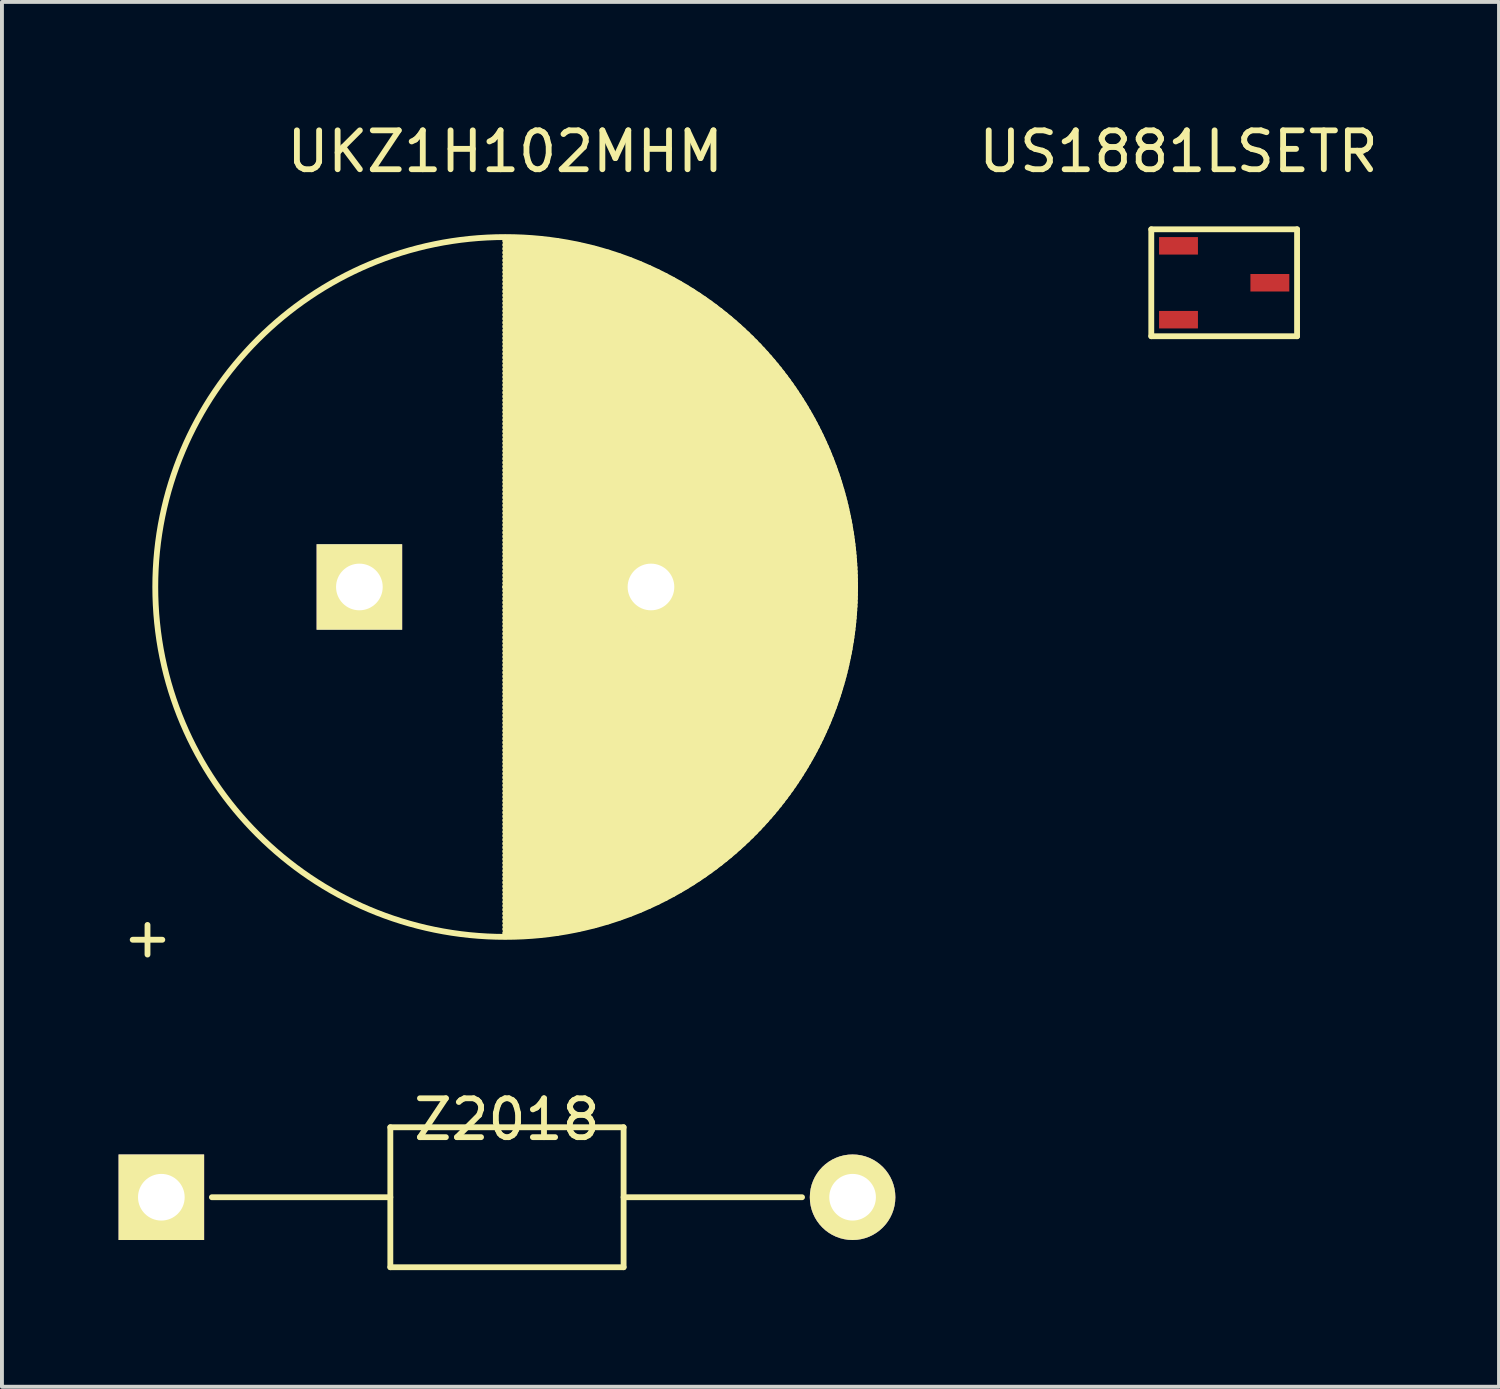
<source format=kicad_pcb>
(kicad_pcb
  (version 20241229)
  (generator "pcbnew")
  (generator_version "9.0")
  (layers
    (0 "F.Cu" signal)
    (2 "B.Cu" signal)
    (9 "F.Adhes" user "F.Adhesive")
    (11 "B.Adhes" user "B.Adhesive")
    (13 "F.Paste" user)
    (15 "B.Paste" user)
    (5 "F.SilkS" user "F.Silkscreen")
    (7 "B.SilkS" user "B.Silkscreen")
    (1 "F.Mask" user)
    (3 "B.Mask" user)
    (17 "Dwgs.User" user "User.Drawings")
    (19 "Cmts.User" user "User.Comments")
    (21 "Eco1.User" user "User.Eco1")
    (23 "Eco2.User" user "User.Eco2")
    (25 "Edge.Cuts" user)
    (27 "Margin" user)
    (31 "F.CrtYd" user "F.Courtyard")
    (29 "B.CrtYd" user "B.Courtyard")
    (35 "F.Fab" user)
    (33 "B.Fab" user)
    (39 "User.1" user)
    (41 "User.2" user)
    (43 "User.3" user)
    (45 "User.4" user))
  (footprint "Z2018"
    (layer "F.Cu")
    (at 1.1 27.745)
    (property "Reference" "Z2018" (at 8.89 -2 0) (layer "F.SilkS") (effects (font (size 1 1) (thickness 0.15))))
    (attr through_hole)
    (fp_line (start 1.3 0) (end 5.89 0) (stroke (width 0.15) (type solid)) (layer "F.SilkS"))
    (fp_line (start 5.89 -1.8) (end 5.89 1.8) (stroke (width 0.15) (type solid)) (layer "F.SilkS"))
    (fp_line (start 5.89 -1.8) (end 11.89 -1.8) (stroke (width 0.15) (type solid)) (layer "F.SilkS"))
    (fp_line (start 5.89 1.8) (end 11.89 1.8) (stroke (width 0.15) (type solid)) (layer "F.SilkS"))
    (fp_line (start 11.89 0) (end 16.48 0) (stroke (width 0.15) (type solid)) (layer "F.SilkS"))
    (fp_line (start 11.89 1.8) (end 11.89 -1.8) (stroke (width 0.15) (type solid)) (layer "F.SilkS"))
    (pad "1" thru_hole rect (at 0 0) (size 2.2 2.2) (drill 1.2) (layers "*.Cu" "*.Mask" "F.SilkS"))
    (pad "2" thru_hole circle (at 17.78 0) (size 2.2 2.2) (drill 1.2) (layers "*.Cu" "*.Mask" "F.SilkS")))
  (footprint "UKZ1H102MHM"
    (layer "F.Cu")
    (at 6.194 12.048)
    (property "Reference" "UKZ1H102MHM" (at 3.75 -11.2 0) (layer "F.SilkS") (effects (font (size 1 1) (thickness 0.15))))
    (attr through_hole)
    (fp_line (start 3.75 -8.9) (end 5.088 -8.9) (stroke (width 0.15) (type solid)) (layer "F.SilkS"))
    (fp_line (start 3.75 -8.8) (end 5.637 -8.8) (stroke (width 0.15) (type solid)) (layer "F.SilkS"))
    (fp_line (start 3.75 -8.7) (end 6.054 -8.7) (stroke (width 0.15) (type solid)) (layer "F.SilkS"))
    (fp_line (start 3.75 -8.6) (end 6.403 -8.6) (stroke (width 0.15) (type solid)) (layer "F.SilkS"))
    (fp_line (start 3.75 -8.5) (end 6.708 -8.5) (stroke (width 0.15) (type solid)) (layer "F.SilkS"))
    (fp_line (start 3.75 -8.4) (end 6.981 -8.4) (stroke (width 0.15) (type solid)) (layer "F.SilkS"))
    (fp_line (start 3.75 -8.3) (end 7.23 -8.3) (stroke (width 0.15) (type solid)) (layer "F.SilkS"))
    (fp_line (start 3.75 -8.2) (end 7.459 -8.2) (stroke (width 0.15) (type solid)) (layer "F.SilkS"))
    (fp_line (start 3.75 -8.1) (end 7.673 -8.1) (stroke (width 0.15) (type solid)) (layer "F.SilkS"))
    (fp_line (start 3.75 -8) (end 7.873 -8) (stroke (width 0.15) (type solid)) (layer "F.SilkS"))
    (fp_line (start 3.75 -7.9) (end 8.062 -7.9) (stroke (width 0.15) (type solid)) (layer "F.SilkS"))
    (fp_line (start 3.75 -7.8) (end 8.24 -7.8) (stroke (width 0.15) (type solid)) (layer "F.SilkS"))
    (fp_line (start 3.75 -7.7) (end 8.409 -7.7) (stroke (width 0.15) (type solid)) (layer "F.SilkS"))
    (fp_line (start 3.75 -7.6) (end 8.571 -7.6) (stroke (width 0.15) (type solid)) (layer "F.SilkS"))
    (fp_line (start 3.75 -7.5) (end 8.725 -7.5) (stroke (width 0.15) (type solid)) (layer "F.SilkS"))
    (fp_line (start 3.75 -7.4) (end 8.872 -7.4) (stroke (width 0.15) (type solid)) (layer "F.SilkS"))
    (fp_line (start 3.75 -7.3) (end 9.014 -7.3) (stroke (width 0.15) (type solid)) (layer "F.SilkS"))
    (fp_line (start 3.75 -7.2) (end 9.15 -7.2) (stroke (width 0.15) (type solid)) (layer "F.SilkS"))
    (fp_line (start 3.75 -7.1) (end 9.281 -7.1) (stroke (width 0.15) (type solid)) (layer "F.SilkS"))
    (fp_line (start 3.75 -7) (end 9.407 -7) (stroke (width 0.15) (type solid)) (layer "F.SilkS"))
    (fp_line (start 3.75 -6.9) (end 9.528 -6.9) (stroke (width 0.15) (type solid)) (layer "F.SilkS"))
    (fp_line (start 3.75 -6.8) (end 9.646 -6.8) (stroke (width 0.15) (type solid)) (layer "F.SilkS"))
    (fp_line (start 3.75 -6.7) (end 9.759 -6.7) (stroke (width 0.15) (type solid)) (layer "F.SilkS"))
    (fp_line (start 3.75 -6.6) (end 9.869 -6.6) (stroke (width 0.15) (type solid)) (layer "F.SilkS"))
    (fp_line (start 3.75 -6.5) (end 9.975 -6.5) (stroke (width 0.15) (type solid)) (layer "F.SilkS"))
    (fp_line (start 3.75 -6.4) (end 10.078 -6.4) (stroke (width 0.15) (type solid)) (layer "F.SilkS"))
    (fp_line (start 3.75 -6.3) (end 10.177 -6.3) (stroke (width 0.15) (type solid)) (layer "F.SilkS"))
    (fp_line (start 3.75 -6.2) (end 10.274 -6.2) (stroke (width 0.15) (type solid)) (layer "F.SilkS"))
    (fp_line (start 3.75 -6.1) (end 10.367 -6.1) (stroke (width 0.15) (type solid)) (layer "F.SilkS"))
    (fp_line (start 3.75 -6) (end 10.458 -6) (stroke (width 0.15) (type solid)) (layer "F.SilkS"))
    (fp_line (start 3.75 -5.9) (end 10.546 -5.9) (stroke (width 0.15) (type solid)) (layer "F.SilkS"))
    (fp_line (start 3.75 -5.8) (end 10.632 -5.8) (stroke (width 0.15) (type solid)) (layer "F.SilkS"))
    (fp_line (start 3.75 -5.7) (end 10.715 -5.7) (stroke (width 0.15) (type solid)) (layer "F.SilkS"))
    (fp_line (start 3.75 -5.6) (end 10.796 -5.6) (stroke (width 0.15) (type solid)) (layer "F.SilkS"))
    (fp_line (start 3.75 -5.5) (end 10.874 -5.5) (stroke (width 0.15) (type solid)) (layer "F.SilkS"))
    (fp_line (start 3.75 -5.4) (end 10.95 -5.4) (stroke (width 0.15) (type solid)) (layer "F.SilkS"))
    (fp_line (start 3.75 -5.3) (end 11.024 -5.3) (stroke (width 0.15) (type solid)) (layer "F.SilkS"))
    (fp_line (start 3.75 -5.2) (end 11.096 -5.2) (stroke (width 0.15) (type solid)) (layer "F.SilkS"))
    (fp_line (start 3.75 -5.1) (end 11.166 -5.1) (stroke (width 0.15) (type solid)) (layer "F.SilkS"))
    (fp_line (start 3.75 -5) (end 11.233 -5) (stroke (width 0.15) (type solid)) (layer "F.SilkS"))
    (fp_line (start 3.75 -4.9) (end 11.299 -4.9) (stroke (width 0.15) (type solid)) (layer "F.SilkS"))
    (fp_line (start 3.75 -4.8) (end 11.363 -4.8) (stroke (width 0.15) (type solid)) (layer "F.SilkS"))
    (fp_line (start 3.75 -4.7) (end 11.425 -4.7) (stroke (width 0.15) (type solid)) (layer "F.SilkS"))
    (fp_line (start 3.75 -4.6) (end 11.486 -4.6) (stroke (width 0.15) (type solid)) (layer "F.SilkS"))
    (fp_line (start 3.75 -4.5) (end 11.544 -4.5) (stroke (width 0.15) (type solid)) (layer "F.SilkS"))
    (fp_line (start 3.75 -4.4) (end 11.601 -4.4) (stroke (width 0.15) (type solid)) (layer "F.SilkS"))
    (fp_line (start 3.75 -4.3) (end 11.656 -4.3) (stroke (width 0.15) (type solid)) (layer "F.SilkS"))
    (fp_line (start 3.75 -4.2) (end 11.71 -4.2) (stroke (width 0.15) (type solid)) (layer "F.SilkS"))
    (fp_line (start 3.75 -4.1) (end 11.762 -4.1) (stroke (width 0.15) (type solid)) (layer "F.SilkS"))
    (fp_line (start 3.75 -4) (end 11.812 -4) (stroke (width 0.15) (type solid)) (layer "F.SilkS"))
    (fp_line (start 3.75 -3.9) (end 11.861 -3.9) (stroke (width 0.15) (type solid)) (layer "F.SilkS"))
    (fp_line (start 3.75 -3.8) (end 11.908 -3.8) (stroke (width 0.15) (type solid)) (layer "F.SilkS"))
    (fp_line (start 3.75 -3.7) (end 11.954 -3.7) (stroke (width 0.15) (type solid)) (layer "F.SilkS"))
    (fp_line (start 3.75 -3.6) (end 11.999 -3.6) (stroke (width 0.15) (type solid)) (layer "F.SilkS"))
    (fp_line (start 3.75 -3.5) (end 12.042 -3.5) (stroke (width 0.15) (type solid)) (layer "F.SilkS"))
    (fp_line (start 3.75 -3.4) (end 12.083 -3.4) (stroke (width 0.15) (type solid)) (layer "F.SilkS"))
    (fp_line (start 3.75 -3.3) (end 12.123 -3.3) (stroke (width 0.15) (type solid)) (layer "F.SilkS"))
    (fp_line (start 3.75 -3.2) (end 12.162 -3.2) (stroke (width 0.15) (type solid)) (layer "F.SilkS"))
    (fp_line (start 3.75 -3.1) (end 12.199 -3.1) (stroke (width 0.15) (type solid)) (layer "F.SilkS"))
    (fp_line (start 3.75 -3) (end 12.235 -3) (stroke (width 0.15) (type solid)) (layer "F.SilkS"))
    (fp_line (start 3.75 -2.9) (end 12.27 -2.9) (stroke (width 0.15) (type solid)) (layer "F.SilkS"))
    (fp_line (start 3.75 -2.8) (end 12.303 -2.8) (stroke (width 0.15) (type solid)) (layer "F.SilkS"))
    (fp_line (start 3.75 -2.7) (end 12.335 -2.7) (stroke (width 0.15) (type solid)) (layer "F.SilkS"))
    (fp_line (start 3.75 -2.6) (end 12.366 -2.6) (stroke (width 0.15) (type solid)) (layer "F.SilkS"))
    (fp_line (start 3.75 -2.5) (end 12.396 -2.5) (stroke (width 0.15) (type solid)) (layer "F.SilkS"))
    (fp_line (start 3.75 -2.4) (end 12.424 -2.4) (stroke (width 0.15) (type solid)) (layer "F.SilkS"))
    (fp_line (start 3.75 -2.3) (end 12.451 -2.3) (stroke (width 0.15) (type solid)) (layer "F.SilkS"))
    (fp_line (start 3.75 -2.2) (end 12.477 -2.2) (stroke (width 0.15) (type solid)) (layer "F.SilkS"))
    (fp_line (start 3.75 -2.1) (end 12.502 -2.1) (stroke (width 0.15) (type solid)) (layer "F.SilkS"))
    (fp_line (start 3.75 -2) (end 12.525 -2) (stroke (width 0.15) (type solid)) (layer "F.SilkS"))
    (fp_line (start 3.75 -1.9) (end 12.547 -1.9) (stroke (width 0.15) (type solid)) (layer "F.SilkS"))
    (fp_line (start 3.75 -1.8) (end 12.568 -1.8) (stroke (width 0.15) (type solid)) (layer "F.SilkS"))
    (fp_line (start 3.75 -1.7) (end 12.588 -1.7) (stroke (width 0.15) (type solid)) (layer "F.SilkS"))
    (fp_line (start 3.75 -1.6) (end 12.607 -1.6) (stroke (width 0.15) (type solid)) (layer "F.SilkS"))
    (fp_line (start 3.75 -1.5) (end 12.624 -1.5) (stroke (width 0.15) (type solid)) (layer "F.SilkS"))
    (fp_line (start 3.75 -1.4) (end 12.64 -1.4) (stroke (width 0.15) (type solid)) (layer "F.SilkS"))
    (fp_line (start 3.75 -1.3) (end 12.656 -1.3) (stroke (width 0.15) (type solid)) (layer "F.SilkS"))
    (fp_line (start 3.75 -1.2) (end 12.67 -1.2) (stroke (width 0.15) (type solid)) (layer "F.SilkS"))
    (fp_line (start 3.75 -1.1) (end 12.683 -1.1) (stroke (width 0.15) (type solid)) (layer "F.SilkS"))
    (fp_line (start 3.75 -1) (end 12.694 -1) (stroke (width 0.15) (type solid)) (layer "F.SilkS"))
    (fp_line (start 3.75 -0.9) (end 12.705 -0.9) (stroke (width 0.15) (type solid)) (layer "F.SilkS"))
    (fp_line (start 3.75 -0.8) (end 12.714 -0.8) (stroke (width 0.15) (type solid)) (layer "F.SilkS"))
    (fp_line (start 3.75 -0.7) (end 12.723 -0.7) (stroke (width 0.15) (type solid)) (layer "F.SilkS"))
    (fp_line (start 3.75 -0.6) (end 12.73 -0.6) (stroke (width 0.15) (type solid)) (layer "F.SilkS"))
    (fp_line (start 3.75 -0.5) (end 12.736 -0.5) (stroke (width 0.15) (type solid)) (layer "F.SilkS"))
    (fp_line (start 3.75 -0.4) (end 12.741 -0.4) (stroke (width 0.15) (type solid)) (layer "F.SilkS"))
    (fp_line (start 3.75 -0.3) (end 12.745 -0.3) (stroke (width 0.15) (type solid)) (layer "F.SilkS"))
    (fp_line (start 3.75 -0.2) (end 12.748 -0.2) (stroke (width 0.15) (type solid)) (layer "F.SilkS"))
    (fp_line (start 3.75 -0.1) (end 12.749 -0.1) (stroke (width 0.15) (type solid)) (layer "F.SilkS"))
    (fp_line (start 3.75 0) (end 12.75 0) (stroke (width 0.15) (type solid)) (layer "F.SilkS"))
    (fp_line (start 3.75 0) (end 12.75 0) (stroke (width 0.15) (type solid)) (layer "F.SilkS"))
    (fp_line (start 3.75 0.1) (end 12.749 0.1) (stroke (width 0.15) (type solid)) (layer "F.SilkS"))
    (fp_line (start 3.75 0.2) (end 12.748 0.2) (stroke (width 0.15) (type solid)) (layer "F.SilkS"))
    (fp_line (start 3.75 0.3) (end 12.745 0.3) (stroke (width 0.15) (type solid)) (layer "F.SilkS"))
    (fp_line (start 3.75 0.4) (end 12.741 0.4) (stroke (width 0.15) (type solid)) (layer "F.SilkS"))
    (fp_line (start 3.75 0.5) (end 12.736 0.5) (stroke (width 0.15) (type solid)) (layer "F.SilkS"))
    (fp_line (start 3.75 0.6) (end 12.73 0.6) (stroke (width 0.15) (type solid)) (layer "F.SilkS"))
    (fp_line (start 3.75 0.7) (end 12.723 0.7) (stroke (width 0.15) (type solid)) (layer "F.SilkS"))
    (fp_line (start 3.75 0.8) (end 12.714 0.8) (stroke (width 0.15) (type solid)) (layer "F.SilkS"))
    (fp_line (start 3.75 0.9) (end 12.705 0.9) (stroke (width 0.15) (type solid)) (layer "F.SilkS"))
    (fp_line (start 3.75 1) (end 12.694 1) (stroke (width 0.15) (type solid)) (layer "F.SilkS"))
    (fp_line (start 3.75 1.1) (end 12.683 1.1) (stroke (width 0.15) (type solid)) (layer "F.SilkS"))
    (fp_line (start 3.75 1.2) (end 12.67 1.2) (stroke (width 0.15) (type solid)) (layer "F.SilkS"))
    (fp_line (start 3.75 1.3) (end 12.656 1.3) (stroke (width 0.15) (type solid)) (layer "F.SilkS"))
    (fp_line (start 3.75 1.4) (end 12.64 1.4) (stroke (width 0.15) (type solid)) (layer "F.SilkS"))
    (fp_line (start 3.75 1.5) (end 12.624 1.5) (stroke (width 0.15) (type solid)) (layer "F.SilkS"))
    (fp_line (start 3.75 1.6) (end 12.607 1.6) (stroke (width 0.15) (type solid)) (layer "F.SilkS"))
    (fp_line (start 3.75 1.7) (end 12.588 1.7) (stroke (width 0.15) (type solid)) (layer "F.SilkS"))
    (fp_line (start 3.75 1.8) (end 12.568 1.8) (stroke (width 0.15) (type solid)) (layer "F.SilkS"))
    (fp_line (start 3.75 1.9) (end 12.547 1.9) (stroke (width 0.15) (type solid)) (layer "F.SilkS"))
    (fp_line (start 3.75 2) (end 12.525 2) (stroke (width 0.15) (type solid)) (layer "F.SilkS"))
    (fp_line (start 3.75 2.1) (end 12.502 2.1) (stroke (width 0.15) (type solid)) (layer "F.SilkS"))
    (fp_line (start 3.75 2.2) (end 12.477 2.2) (stroke (width 0.15) (type solid)) (layer "F.SilkS"))
    (fp_line (start 3.75 2.3) (end 12.451 2.3) (stroke (width 0.15) (type solid)) (layer "F.SilkS"))
    (fp_line (start 3.75 2.4) (end 12.424 2.4) (stroke (width 0.15) (type solid)) (layer "F.SilkS"))
    (fp_line (start 3.75 2.5) (end 12.396 2.5) (stroke (width 0.15) (type solid)) (layer "F.SilkS"))
    (fp_line (start 3.75 2.6) (end 12.366 2.6) (stroke (width 0.15) (type solid)) (layer "F.SilkS"))
    (fp_line (start 3.75 2.7) (end 12.335 2.7) (stroke (width 0.15) (type solid)) (layer "F.SilkS"))
    (fp_line (start 3.75 2.8) (end 12.303 2.8) (stroke (width 0.15) (type solid)) (layer "F.SilkS"))
    (fp_line (start 3.75 2.9) (end 12.27 2.9) (stroke (width 0.15) (type solid)) (layer "F.SilkS"))
    (fp_line (start 3.75 3) (end 12.235 3) (stroke (width 0.15) (type solid)) (layer "F.SilkS"))
    (fp_line (start 3.75 3.1) (end 12.199 3.1) (stroke (width 0.15) (type solid)) (layer "F.SilkS"))
    (fp_line (start 3.75 3.2) (end 12.162 3.2) (stroke (width 0.15) (type solid)) (layer "F.SilkS"))
    (fp_line (start 3.75 3.3) (end 12.123 3.3) (stroke (width 0.15) (type solid)) (layer "F.SilkS"))
    (fp_line (start 3.75 3.4) (end 12.083 3.4) (stroke (width 0.15) (type solid)) (layer "F.SilkS"))
    (fp_line (start 3.75 3.5) (end 12.042 3.5) (stroke (width 0.15) (type solid)) (layer "F.SilkS"))
    (fp_line (start 3.75 3.6) (end 11.999 3.6) (stroke (width 0.15) (type solid)) (layer "F.SilkS"))
    (fp_line (start 3.75 3.7) (end 11.954 3.7) (stroke (width 0.15) (type solid)) (layer "F.SilkS"))
    (fp_line (start 3.75 3.8) (end 11.908 3.8) (stroke (width 0.15) (type solid)) (layer "F.SilkS"))
    (fp_line (start 3.75 3.9) (end 11.861 3.9) (stroke (width 0.15) (type solid)) (layer "F.SilkS"))
    (fp_line (start 3.75 4) (end 11.812 4) (stroke (width 0.15) (type solid)) (layer "F.SilkS"))
    (fp_line (start 3.75 4.1) (end 11.762 4.1) (stroke (width 0.15) (type solid)) (layer "F.SilkS"))
    (fp_line (start 3.75 4.2) (end 11.71 4.2) (stroke (width 0.15) (type solid)) (layer "F.SilkS"))
    (fp_line (start 3.75 4.3) (end 11.656 4.3) (stroke (width 0.15) (type solid)) (layer "F.SilkS"))
    (fp_line (start 3.75 4.4) (end 11.601 4.4) (stroke (width 0.15) (type solid)) (layer "F.SilkS"))
    (fp_line (start 3.75 4.5) (end 11.544 4.5) (stroke (width 0.15) (type solid)) (layer "F.SilkS"))
    (fp_line (start 3.75 4.6) (end 11.486 4.6) (stroke (width 0.15) (type solid)) (layer "F.SilkS"))
    (fp_line (start 3.75 4.7) (end 11.425 4.7) (stroke (width 0.15) (type solid)) (layer "F.SilkS"))
    (fp_line (start 3.75 4.8) (end 11.363 4.8) (stroke (width 0.15) (type solid)) (layer "F.SilkS"))
    (fp_line (start 3.75 4.9) (end 11.299 4.9) (stroke (width 0.15) (type solid)) (layer "F.SilkS"))
    (fp_line (start 3.75 5) (end 11.233 5) (stroke (width 0.15) (type solid)) (layer "F.SilkS"))
    (fp_line (start 3.75 5.1) (end 11.166 5.1) (stroke (width 0.15) (type solid)) (layer "F.SilkS"))
    (fp_line (start 3.75 5.2) (end 11.096 5.2) (stroke (width 0.15) (type solid)) (layer "F.SilkS"))
    (fp_line (start 3.75 5.3) (end 11.024 5.3) (stroke (width 0.15) (type solid)) (layer "F.SilkS"))
    (fp_line (start 3.75 5.4) (end 10.95 5.4) (stroke (width 0.15) (type solid)) (layer "F.SilkS"))
    (fp_line (start 3.75 5.5) (end 10.874 5.5) (stroke (width 0.15) (type solid)) (layer "F.SilkS"))
    (fp_line (start 3.75 5.6) (end 10.796 5.6) (stroke (width 0.15) (type solid)) (layer "F.SilkS"))
    (fp_line (start 3.75 5.7) (end 10.715 5.7) (stroke (width 0.15) (type solid)) (layer "F.SilkS"))
    (fp_line (start 3.75 5.8) (end 10.632 5.8) (stroke (width 0.15) (type solid)) (layer "F.SilkS"))
    (fp_line (start 3.75 5.9) (end 10.546 5.9) (stroke (width 0.15) (type solid)) (layer "F.SilkS"))
    (fp_line (start 3.75 6) (end 10.458 6) (stroke (width 0.15) (type solid)) (layer "F.SilkS"))
    (fp_line (start 3.75 6.1) (end 10.367 6.1) (stroke (width 0.15) (type solid)) (layer "F.SilkS"))
    (fp_line (start 3.75 6.2) (end 10.274 6.2) (stroke (width 0.15) (type solid)) (layer "F.SilkS"))
    (fp_line (start 3.75 6.3) (end 10.177 6.3) (stroke (width 0.15) (type solid)) (layer "F.SilkS"))
    (fp_line (start 3.75 6.4) (end 10.078 6.4) (stroke (width 0.15) (type solid)) (layer "F.SilkS"))
    (fp_line (start 3.75 6.5) (end 9.975 6.5) (stroke (width 0.15) (type solid)) (layer "F.SilkS"))
    (fp_line (start 3.75 6.6) (end 9.869 6.6) (stroke (width 0.15) (type solid)) (layer "F.SilkS"))
    (fp_line (start 3.75 6.7) (end 9.759 6.7) (stroke (width 0.15) (type solid)) (layer "F.SilkS"))
    (fp_line (start 3.75 6.8) (end 9.646 6.8) (stroke (width 0.15) (type solid)) (layer "F.SilkS"))
    (fp_line (start 3.75 6.9) (end 9.528 6.9) (stroke (width 0.15) (type solid)) (layer "F.SilkS"))
    (fp_line (start 3.75 7) (end 9.407 7) (stroke (width 0.15) (type solid)) (layer "F.SilkS"))
    (fp_line (start 3.75 7.1) (end 9.281 7.1) (stroke (width 0.15) (type solid)) (layer "F.SilkS"))
    (fp_line (start 3.75 7.2) (end 9.15 7.2) (stroke (width 0.15) (type solid)) (layer "F.SilkS"))
    (fp_line (start 3.75 7.3) (end 9.014 7.3) (stroke (width 0.15) (type solid)) (layer "F.SilkS"))
    (fp_line (start 3.75 7.4) (end 8.872 7.4) (stroke (width 0.15) (type solid)) (layer "F.SilkS"))
    (fp_line (start 3.75 7.5) (end 8.725 7.5) (stroke (width 0.15) (type solid)) (layer "F.SilkS"))
    (fp_line (start 3.75 7.6) (end 8.571 7.6) (stroke (width 0.15) (type solid)) (layer "F.SilkS"))
    (fp_line (start 3.75 7.7) (end 8.409 7.7) (stroke (width 0.15) (type solid)) (layer "F.SilkS"))
    (fp_line (start 3.75 7.8) (end 8.24 7.8) (stroke (width 0.15) (type solid)) (layer "F.SilkS"))
    (fp_line (start 3.75 7.9) (end 8.062 7.9) (stroke (width 0.15) (type solid)) (layer "F.SilkS"))
    (fp_line (start 3.75 8) (end 7.873 8) (stroke (width 0.15) (type solid)) (layer "F.SilkS"))
    (fp_line (start 3.75 8.1) (end 7.673 8.1) (stroke (width 0.15) (type solid)) (layer "F.SilkS"))
    (fp_line (start 3.75 8.2) (end 7.459 8.2) (stroke (width 0.15) (type solid)) (layer "F.SilkS"))
    (fp_line (start 3.75 8.3) (end 7.23 8.3) (stroke (width 0.15) (type solid)) (layer "F.SilkS"))
    (fp_line (start 3.75 8.4) (end 6.981 8.4) (stroke (width 0.15) (type solid)) (layer "F.SilkS"))
    (fp_line (start 3.75 8.5) (end 6.708 8.5) (stroke (width 0.15) (type solid)) (layer "F.SilkS"))
    (fp_line (start 3.75 8.6) (end 6.403 8.6) (stroke (width 0.15) (type solid)) (layer "F.SilkS"))
    (fp_line (start 3.75 8.7) (end 6.054 8.7) (stroke (width 0.15) (type solid)) (layer "F.SilkS"))
    (fp_line (start 3.75 8.8) (end 5.637 8.8) (stroke (width 0.15) (type solid)) (layer "F.SilkS"))
    (fp_line (start 3.75 8.9) (end 5.088 8.9) (stroke (width 0.15) (type solid)) (layer "F.SilkS"))
    (fp_circle (center 3.75 0) (end 3.75 -9) (stroke (width 0.15) (type solid)) (fill no) (layer "F.SilkS"))
    (fp_text user "+" (at -5.45 9 0) (layer "F.SilkS") (effects (font (size 1 1) (thickness 0.15))))
    (pad "1" thru_hole rect (at 0 0) (size 2.2 2.2) (drill 1.2) (layers "*.Cu" "*.Mask" "F.SilkS"))
    (pad "2" thru_hole circle (at 7.5 0) (size 2.2 2.2) (drill 1.2) (layers "*.Cu" "*.Mask" "F.SilkS")))
  (footprint "US1881LSETR"
    (layer "F.Cu")
    (at 27.263 3.273)
    (property "Reference" "US1881LSETR" (at 0 -2.425 0) (layer "F.SilkS") (effects (font (size 1 1) (thickness 0.15))))
    (attr through_hole)
    (fp_line (start -0.7 -0.425) (end -0.7 2.325) (stroke (width 0.15) (type solid)) (layer "F.SilkS"))
    (fp_line (start -0.7 -0.425) (end 3.05 -0.425) (stroke (width 0.15) (type solid)) (layer "F.SilkS"))
    (fp_line (start -0.7 2.325) (end 3.05 2.325) (stroke (width 0.15) (type solid)) (layer "F.SilkS"))
    (fp_line (start 3.05 2.325) (end 3.05 -0.425) (stroke (width 0.15) (type solid)) (layer "F.SilkS"))
    (pad "1" smd rect (at 0 0) (size 1 0.45) (layers "F.Cu" "F.Mask" "F.Paste"))
    (pad "2" smd rect (at 0 1.9) (size 1 0.45) (layers "F.Cu" "F.Mask" "F.Paste"))
    (pad "3" smd rect (at 2.35 0.95) (size 1 0.45) (layers "F.Cu" "F.Mask" "F.Paste")))
  (gr_rect
    (start -3 -3)
    (end 35.507 32.62)
    (stroke (width 0.1) (type default))
    (fill no)
    (layer "Edge.Cuts")))
</source>
